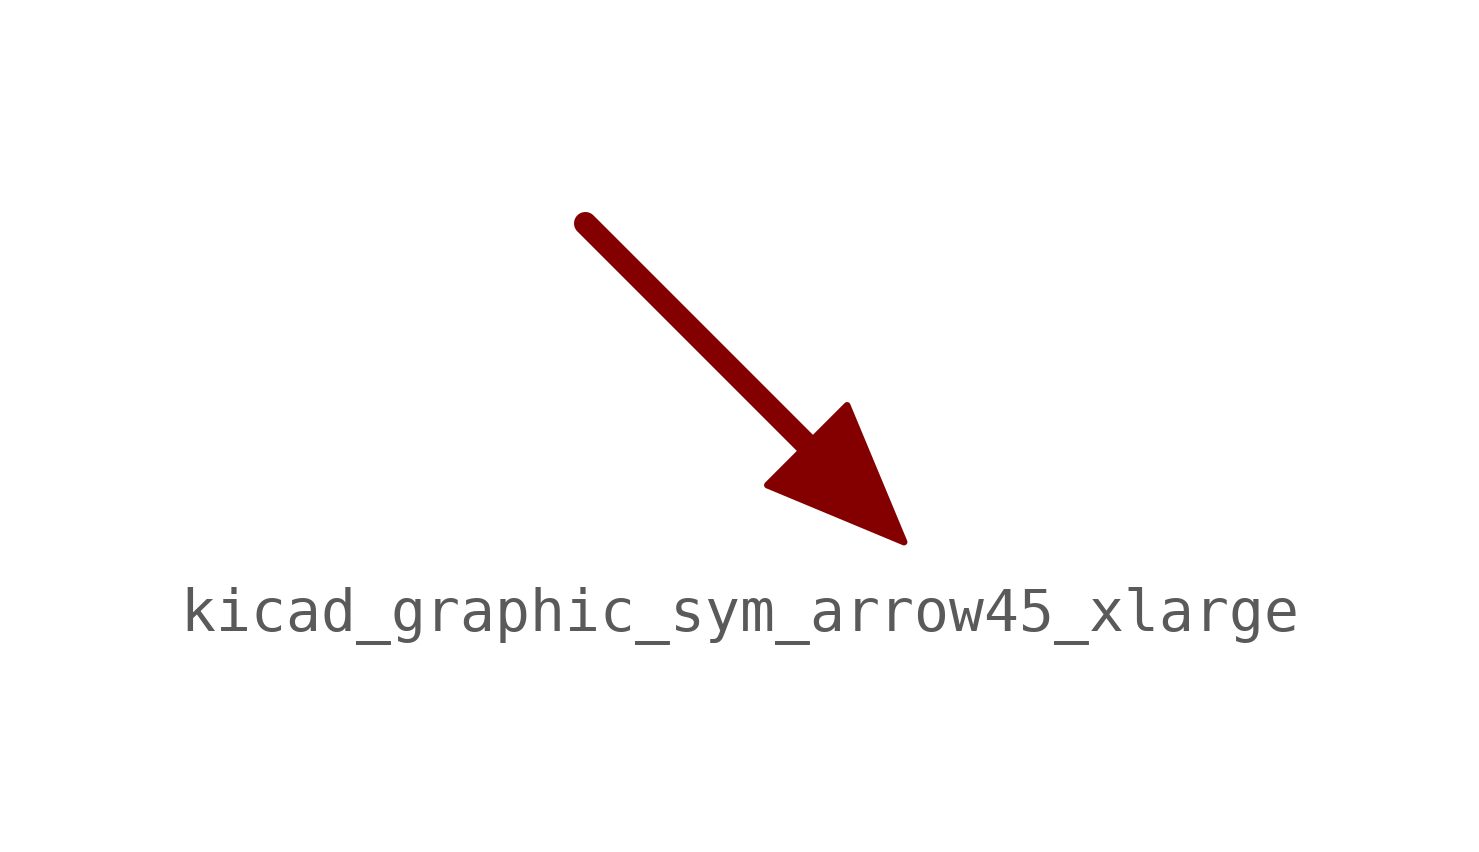
<source format=kicad_sym>
(kicad_symbol_lib
  (version 20220914)
  (generator kicad_symbol_editor)
  (symbol "kicad_graphic_sym_arrow45_xlarge"
    (property "Reference" "#SYM"
      (at 2.794 2.54 0)
      (effects (font (size 1.27 1.27)) hide))
    (symbol "kicad_graphic_sym_arrow45_xlarge_0_1"
      (polyline (pts (xy 3.048 -3.048) (xy -3.556 3.556)) (stroke (width 0.508) (type default)) (fill (type none)))
      (polyline (pts (xy 3.556 -3.556) (xy 0.508 -2.286) (xy 2.286 -0.508) (xy 3.556 -3.556)) (stroke (width 0) (type default)) (fill (type outline))))))
</source>
